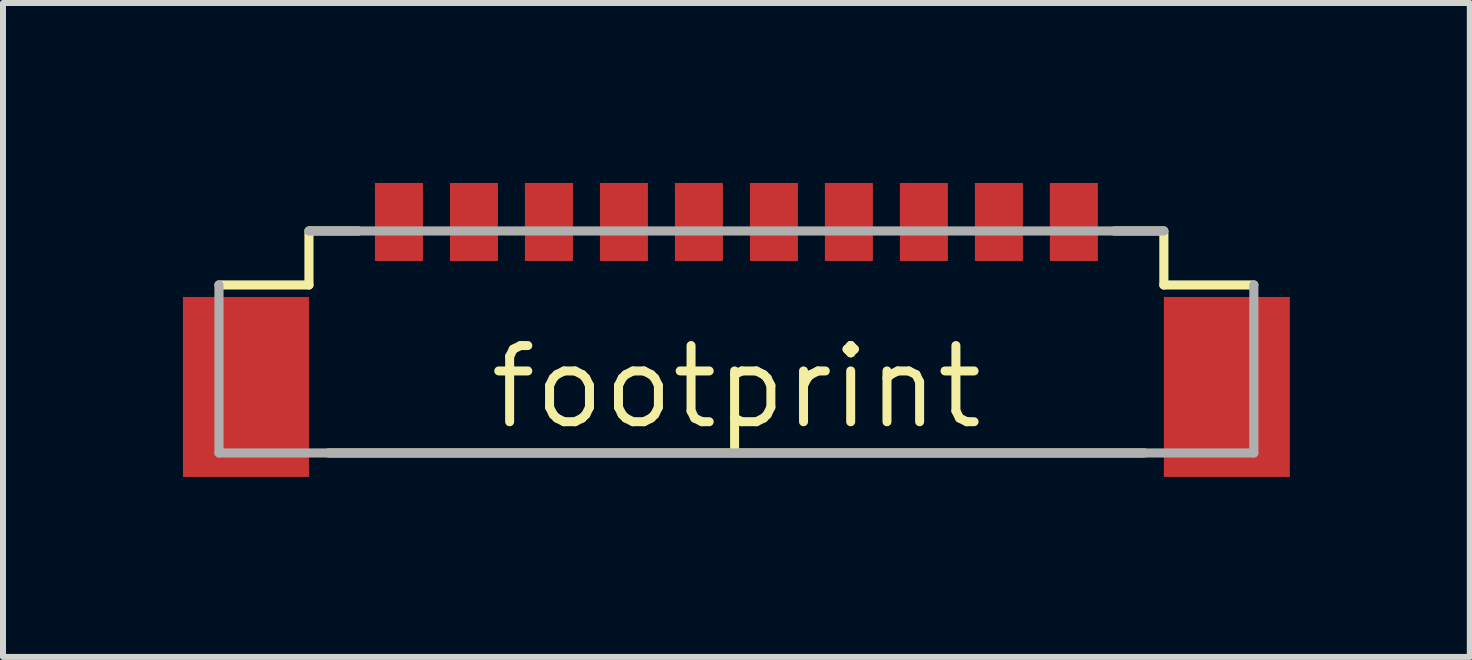
<source format=kicad_pcb>
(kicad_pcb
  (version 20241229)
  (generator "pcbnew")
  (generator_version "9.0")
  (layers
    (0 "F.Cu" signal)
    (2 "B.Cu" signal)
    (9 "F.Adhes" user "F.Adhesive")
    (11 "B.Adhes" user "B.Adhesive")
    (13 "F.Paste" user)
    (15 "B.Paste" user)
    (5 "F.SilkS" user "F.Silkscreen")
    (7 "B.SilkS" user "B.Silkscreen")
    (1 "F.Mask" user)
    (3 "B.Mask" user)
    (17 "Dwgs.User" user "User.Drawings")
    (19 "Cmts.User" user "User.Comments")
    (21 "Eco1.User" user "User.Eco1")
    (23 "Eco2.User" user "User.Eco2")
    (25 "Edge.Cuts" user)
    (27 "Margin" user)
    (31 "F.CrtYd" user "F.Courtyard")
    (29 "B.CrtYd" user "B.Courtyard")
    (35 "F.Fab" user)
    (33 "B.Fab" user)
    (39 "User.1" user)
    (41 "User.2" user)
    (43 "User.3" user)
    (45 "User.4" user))
  (footprint "footprint"
    (layer "F.Cu")
    (at 9.225 3.4)
    (property "Reference" "footprint" (at 0 0 0) (layer "F.SilkS") (effects (font (size 1.27 1.27) (thickness 0.15))))
    (fp_line (start -7.125 -2.6) (end -7.125 -1.7) (stroke (width 0.152) (type solid)) (layer "F.SilkS"))
    (fp_line (start -7.125 -1.7) (end -8.625 -1.7) (stroke (width 0.152) (type solid)) (layer "F.SilkS"))
    (fp_line (start -7.1 -2.6) (end -6.3 -2.6) (stroke (width 0.152) (type solid)) (layer "F.SilkS"))
    (fp_line (start -6.8 1.1) (end 6.8 1.1) (stroke (width 0.152) (type solid)) (layer "F.SilkS"))
    (fp_line (start 7.1 -2.6) (end 6.3 -2.6) (stroke (width 0.152) (type solid)) (layer "F.SilkS"))
    (fp_line (start 7.125 -2.6) (end 7.125 -1.7) (stroke (width 0.152) (type solid)) (layer "F.SilkS"))
    (fp_line (start 7.125 -1.7) (end 8.625 -1.7) (stroke (width 0.152) (type solid)) (layer "F.SilkS"))
    (fp_line (start -8.625 1.1) (end -8.625 -1.7) (stroke (width 0.152) (type solid)) (layer "F.Fab"))
    (fp_line (start -7.125 -2.6) (end 7.125 -2.6) (stroke (width 0.152) (type solid)) (layer "F.Fab"))
    (fp_line (start 8.625 1.1) (end -8.625 1.1) (stroke (width 0.152) (type solid)) (layer "F.Fab"))
    (fp_line (start 8.625 1.1) (end 8.625 -1.7) (stroke (width 0.152) (type solid)) (layer "F.Fab"))
    (pad "1" smd rect (at -5.625 -2.75) (size 0.8 1.3) (layers "F.Cu" "F.Mask" "F.Paste"))
    (pad "2" smd rect (at -4.375 -2.75) (size 0.8 1.3) (layers "F.Cu" "F.Mask" "F.Paste"))
    (pad "3" smd rect (at -3.125 -2.75) (size 0.8 1.3) (layers "F.Cu" "F.Mask" "F.Paste"))
    (pad "4" smd rect (at -1.875 -2.75) (size 0.8 1.3) (layers "F.Cu" "F.Mask" "F.Paste"))
    (pad "5" smd rect (at -0.625 -2.75) (size 0.8 1.3) (layers "F.Cu" "F.Mask" "F.Paste"))
    (pad "6" smd rect (at 0.625 -2.75) (size 0.8 1.3) (layers "F.Cu" "F.Mask" "F.Paste"))
    (pad "7" smd rect (at 1.875 -2.75) (size 0.8 1.3) (layers "F.Cu" "F.Mask" "F.Paste"))
    (pad "8" smd rect (at 3.125 -2.75) (size 0.8 1.3) (layers "F.Cu" "F.Mask" "F.Paste"))
    (pad "9" smd rect (at 4.375 -2.75) (size 0.8 1.3) (layers "F.Cu" "F.Mask" "F.Paste"))
    (pad "10" smd rect (at 5.625 -2.75) (size 0.8 1.3) (layers "F.Cu" "F.Mask" "F.Paste"))
    (pad "NC1" smd rect (at -8.175 0 270) (size 3 2.1) (layers "F.Cu" "F.Mask" "F.Paste"))
    (pad "NC2" smd rect (at 8.175 0 270) (size 3 2.1) (layers "F.Cu" "F.Mask" "F.Paste")))
  (gr_rect
    (start -3 -3)
    (end 21.45 7.9)
    (stroke (width 0.1) (type default))
    (fill no)
    (layer "Edge.Cuts")))
</source>
